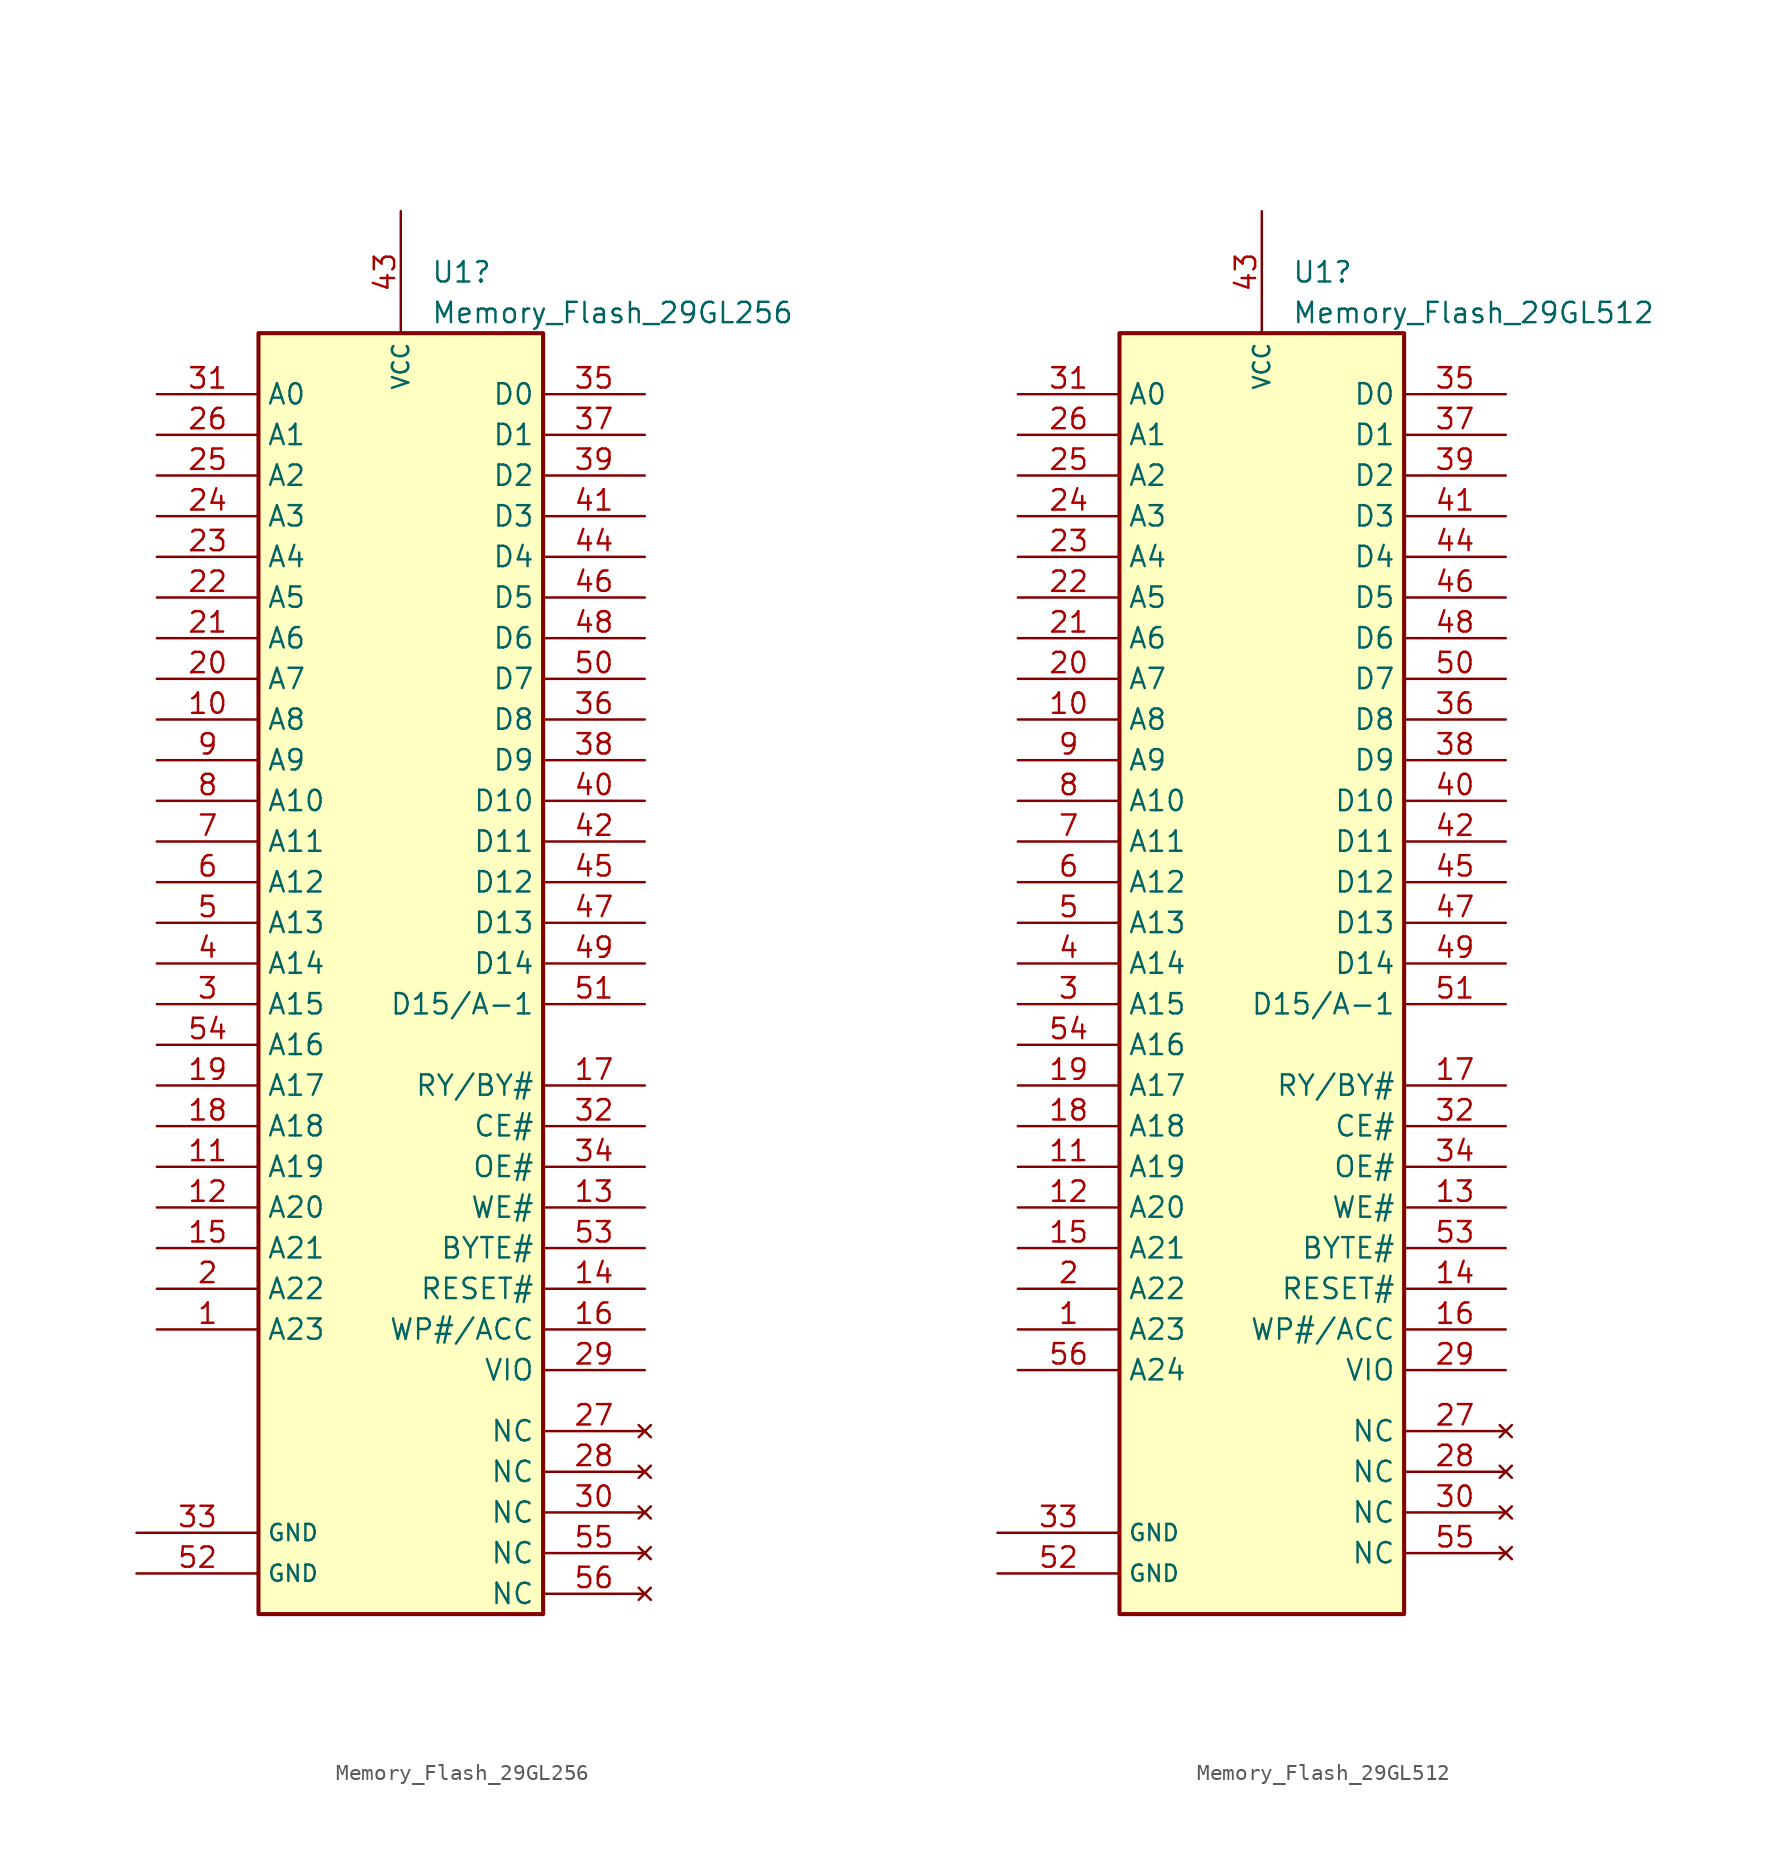
<source format=kicad_sym>
(kicad_symbol_lib
  (version 20241209)
  (generator "kicad_symbol_editor")
  (generator_version "9.0")
  (symbol "Memory_Flash_29GL256"
    (property "Reference" "U1"
      (at 1.88 33.02 0)
      (effects (font (size 1.27 1.27)) (justify left)))
    (property "Value" "Memory_Flash_29GL256"
      (at 1.88 30.48 0)
      (effects (font (size 1.27 1.27)) (justify left)))
    (symbol "Memory_Flash_29GL256_0_1"
      (rectangle (start -8.89 29.21) (end 8.89 -50.8) (stroke (width 0.254) (type default)) (fill (type background))))
    (symbol "Memory_Flash_29GL256_1_1"
      (pin power_in line (at -16.51 -45.72 0) (length 7.62) (name "GND" (effects (font (size 1.016 1.016)))) (number "33" (effects (font (size 1.27 1.27)))))
      (pin power_in line (at -16.51 -48.26 0) (length 7.62) (name "GND" (effects (font (size 1.016 1.016)))) (number "52" (effects (font (size 1.27 1.27)))))
      (pin input line (at -15.24 25.4 0) (length 6.35) (name "A0" (effects (font (size 1.27 1.27)))) (number "31" (effects (font (size 1.27 1.27)))))
      (pin input line (at -15.24 22.86 0) (length 6.35) (name "A1" (effects (font (size 1.27 1.27)))) (number "26" (effects (font (size 1.27 1.27)))))
      (pin input line (at -15.24 20.32 0) (length 6.35) (name "A2" (effects (font (size 1.27 1.27)))) (number "25" (effects (font (size 1.27 1.27)))))
      (pin input line (at -15.24 17.78 0) (length 6.35) (name "A3" (effects (font (size 1.27 1.27)))) (number "24" (effects (font (size 1.27 1.27)))))
      (pin input line (at -15.24 15.24 0) (length 6.35) (name "A4" (effects (font (size 1.27 1.27)))) (number "23" (effects (font (size 1.27 1.27)))))
      (pin input line (at -15.24 12.7 0) (length 6.35) (name "A5" (effects (font (size 1.27 1.27)))) (number "22" (effects (font (size 1.27 1.27)))))
      (pin input line (at -15.24 10.16 0) (length 6.35) (name "A6" (effects (font (size 1.27 1.27)))) (number "21" (effects (font (size 1.27 1.27)))))
      (pin input line (at -15.24 7.62 0) (length 6.35) (name "A7" (effects (font (size 1.27 1.27)))) (number "20" (effects (font (size 1.27 1.27)))))
      (pin input line (at -15.24 5.08 0) (length 6.35) (name "A8" (effects (font (size 1.27 1.27)))) (number "10" (effects (font (size 1.27 1.27)))))
      (pin input line (at -15.24 2.54 0) (length 6.35) (name "A9" (effects (font (size 1.27 1.27)))) (number "9" (effects (font (size 1.27 1.27)))))
      (pin input line (at -15.24 0 0) (length 6.35) (name "A10" (effects (font (size 1.27 1.27)))) (number "8" (effects (font (size 1.27 1.27)))))
      (pin input line (at -15.24 -2.54 0) (length 6.35) (name "A11" (effects (font (size 1.27 1.27)))) (number "7" (effects (font (size 1.27 1.27)))))
      (pin input line (at -15.24 -5.08 0) (length 6.35) (name "A12" (effects (font (size 1.27 1.27)))) (number "6" (effects (font (size 1.27 1.27)))))
      (pin input line (at -15.24 -7.62 0) (length 6.35) (name "A13" (effects (font (size 1.27 1.27)))) (number "5" (effects (font (size 1.27 1.27)))))
      (pin input line (at -15.24 -10.16 0) (length 6.35) (name "A14" (effects (font (size 1.27 1.27)))) (number "4" (effects (font (size 1.27 1.27)))))
      (pin input line (at -15.24 -12.7 0) (length 6.35) (name "A15" (effects (font (size 1.27 1.27)))) (number "3" (effects (font (size 1.27 1.27)))))
      (pin input line (at -15.24 -15.24 0) (length 6.35) (name "A16" (effects (font (size 1.27 1.27)))) (number "54" (effects (font (size 1.27 1.27)))))
      (pin input line (at -15.24 -17.78 0) (length 6.35) (name "A17" (effects (font (size 1.27 1.27)))) (number "19" (effects (font (size 1.27 1.27)))))
      (pin input line (at -15.24 -20.32 0) (length 6.35) (name "A18" (effects (font (size 1.27 1.27)))) (number "18" (effects (font (size 1.27 1.27)))))
      (pin input line (at -15.24 -22.86 0) (length 6.35) (name "A19" (effects (font (size 1.27 1.27)))) (number "11" (effects (font (size 1.27 1.27)))))
      (pin input line (at -15.24 -25.4 0) (length 6.35) (name "A20" (effects (font (size 1.27 1.27)))) (number "12" (effects (font (size 1.27 1.27)))))
      (pin input line (at -15.24 -27.94 0) (length 6.35) (name "A21" (effects (font (size 1.27 1.27)))) (number "15" (effects (font (size 1.27 1.27)))))
      (pin input line (at -15.24 -30.48 0) (length 6.35) (name "A22" (effects (font (size 1.27 1.27)))) (number "2" (effects (font (size 1.27 1.27)))))
      (pin input line (at -15.24 -33.02 0) (length 6.35) (name "A23" (effects (font (size 1.27 1.27)))) (number "1" (effects (font (size 1.27 1.27)))))
      (pin power_in line (at 0 36.83 270) (length 7.62) (name "VCC" (effects (font (size 1.016 1.016)))) (number "43" (effects (font (size 1.27 1.27)))))
      (pin bidirectional line (at 15.24 25.4 180) (length 6.35) (name "D0" (effects (font (size 1.27 1.27)))) (number "35" (effects (font (size 1.27 1.27)))))
      (pin bidirectional line (at 15.24 22.86 180) (length 6.35) (name "D1" (effects (font (size 1.27 1.27)))) (number "37" (effects (font (size 1.27 1.27)))))
      (pin bidirectional line (at 15.24 20.32 180) (length 6.35) (name "D2" (effects (font (size 1.27 1.27)))) (number "39" (effects (font (size 1.27 1.27)))))
      (pin bidirectional line (at 15.24 17.78 180) (length 6.35) (name "D3" (effects (font (size 1.27 1.27)))) (number "41" (effects (font (size 1.27 1.27)))))
      (pin bidirectional line (at 15.24 15.24 180) (length 6.35) (name "D4" (effects (font (size 1.27 1.27)))) (number "44" (effects (font (size 1.27 1.27)))))
      (pin bidirectional line (at 15.24 12.7 180) (length 6.35) (name "D5" (effects (font (size 1.27 1.27)))) (number "46" (effects (font (size 1.27 1.27)))))
      (pin bidirectional line (at 15.24 10.16 180) (length 6.35) (name "D6" (effects (font (size 1.27 1.27)))) (number "48" (effects (font (size 1.27 1.27)))))
      (pin bidirectional line (at 15.24 7.62 180) (length 6.35) (name "D7" (effects (font (size 1.27 1.27)))) (number "50" (effects (font (size 1.27 1.27)))))
      (pin bidirectional line (at 15.24 5.08 180) (length 6.35) (name "D8" (effects (font (size 1.27 1.27)))) (number "36" (effects (font (size 1.27 1.27)))))
      (pin bidirectional line (at 15.24 2.54 180) (length 6.35) (name "D9" (effects (font (size 1.27 1.27)))) (number "38" (effects (font (size 1.27 1.27)))))
      (pin bidirectional line (at 15.24 0 180) (length 6.35) (name "D10" (effects (font (size 1.27 1.27)))) (number "40" (effects (font (size 1.27 1.27)))))
      (pin bidirectional line (at 15.24 -2.54 180) (length 6.35) (name "D11" (effects (font (size 1.27 1.27)))) (number "42" (effects (font (size 1.27 1.27)))))
      (pin bidirectional line (at 15.24 -5.08 180) (length 6.35) (name "D12" (effects (font (size 1.27 1.27)))) (number "45" (effects (font (size 1.27 1.27)))))
      (pin bidirectional line (at 15.24 -7.62 180) (length 6.35) (name "D13" (effects (font (size 1.27 1.27)))) (number "47" (effects (font (size 1.27 1.27)))))
      (pin bidirectional line (at 15.24 -10.16 180) (length 6.35) (name "D14" (effects (font (size 1.27 1.27)))) (number "49" (effects (font (size 1.27 1.27)))))
      (pin bidirectional line (at 15.24 -12.7 180) (length 6.35) (name "D15/A-1" (effects (font (size 1.27 1.27)))) (number "51" (effects (font (size 1.27 1.27)))))
      (pin input line (at 15.24 -17.78 180) (length 6.35) (name "RY/BY#" (effects (font (size 1.27 1.27)))) (number "17" (effects (font (size 1.27 1.27)))))
      (pin input line (at 15.24 -20.32 180) (length 6.35) (name "CE#" (effects (font (size 1.27 1.27)))) (number "32" (effects (font (size 1.27 1.27)))))
      (pin input line (at 15.24 -22.86 180) (length 6.35) (name "OE#" (effects (font (size 1.27 1.27)))) (number "34" (effects (font (size 1.27 1.27)))))
      (pin input line (at 15.24 -25.4 180) (length 6.35) (name "WE#" (effects (font (size 1.27 1.27)))) (number "13" (effects (font (size 1.27 1.27)))))
      (pin input line (at 15.24 -27.94 180) (length 6.35) (name "BYTE#" (effects (font (size 1.27 1.27)))) (number "53" (effects (font (size 1.27 1.27)))))
      (pin input line (at 15.24 -30.48 180) (length 6.35) (name "RESET#" (effects (font (size 1.27 1.27)))) (number "14" (effects (font (size 1.27 1.27)))))
      (pin input line (at 15.24 -33.02 180) (length 6.35) (name "WP#/ACC" (effects (font (size 1.27 1.27)))) (number "16" (effects (font (size 1.27 1.27)))))
      (pin input line (at 15.24 -35.56 180) (length 6.35) (name "VIO" (effects (font (size 1.27 1.27)))) (number "29" (effects (font (size 1.27 1.27)))))
      (pin no_connect line (at 15.24 -39.37 180) (length 6.35) (name "NC" (effects (font (size 1.27 1.27)))) (number "27" (effects (font (size 1.27 1.27)))))
      (pin no_connect line (at 15.24 -41.91 180) (length 6.35) (name "NC" (effects (font (size 1.27 1.27)))) (number "28" (effects (font (size 1.27 1.27)))))
      (pin no_connect line (at 15.24 -44.45 180) (length 6.35) (name "NC" (effects (font (size 1.27 1.27)))) (number "30" (effects (font (size 1.27 1.27)))))
      (pin no_connect line (at 15.24 -46.99 180) (length 6.35) (name "NC" (effects (font (size 1.27 1.27)))) (number "55" (effects (font (size 1.27 1.27)))))
      (pin no_connect line (at 15.24 -49.53 180) (length 6.35) (name "NC" (effects (font (size 1.27 1.27)))) (number "56" (effects (font (size 1.27 1.27)))))))
  (symbol "Memory_Flash_29GL512"
    (property "Reference" "U1"
      (at 1.88 33.02 0)
      (effects (font (size 1.27 1.27)) (justify left)))
    (property "Value" "Memory_Flash_29GL512"
      (at 1.88 30.48 0)
      (effects (font (size 1.27 1.27)) (justify left)))
    (symbol "Memory_Flash_29GL512_0_1"
      (rectangle (start -8.89 29.21) (end 8.89 -50.8) (stroke (width 0.254) (type default)) (fill (type background))))
    (symbol "Memory_Flash_29GL512_1_1"
      (pin power_in line (at -16.51 -45.72 0) (length 7.62) (name "GND" (effects (font (size 1.016 1.016)))) (number "33" (effects (font (size 1.27 1.27)))))
      (pin power_in line (at -16.51 -48.26 0) (length 7.62) (name "GND" (effects (font (size 1.016 1.016)))) (number "52" (effects (font (size 1.27 1.27)))))
      (pin input line (at -15.24 25.4 0) (length 6.35) (name "A0" (effects (font (size 1.27 1.27)))) (number "31" (effects (font (size 1.27 1.27)))))
      (pin input line (at -15.24 22.86 0) (length 6.35) (name "A1" (effects (font (size 1.27 1.27)))) (number "26" (effects (font (size 1.27 1.27)))))
      (pin input line (at -15.24 20.32 0) (length 6.35) (name "A2" (effects (font (size 1.27 1.27)))) (number "25" (effects (font (size 1.27 1.27)))))
      (pin input line (at -15.24 17.78 0) (length 6.35) (name "A3" (effects (font (size 1.27 1.27)))) (number "24" (effects (font (size 1.27 1.27)))))
      (pin input line (at -15.24 15.24 0) (length 6.35) (name "A4" (effects (font (size 1.27 1.27)))) (number "23" (effects (font (size 1.27 1.27)))))
      (pin input line (at -15.24 12.7 0) (length 6.35) (name "A5" (effects (font (size 1.27 1.27)))) (number "22" (effects (font (size 1.27 1.27)))))
      (pin input line (at -15.24 10.16 0) (length 6.35) (name "A6" (effects (font (size 1.27 1.27)))) (number "21" (effects (font (size 1.27 1.27)))))
      (pin input line (at -15.24 7.62 0) (length 6.35) (name "A7" (effects (font (size 1.27 1.27)))) (number "20" (effects (font (size 1.27 1.27)))))
      (pin input line (at -15.24 5.08 0) (length 6.35) (name "A8" (effects (font (size 1.27 1.27)))) (number "10" (effects (font (size 1.27 1.27)))))
      (pin input line (at -15.24 2.54 0) (length 6.35) (name "A9" (effects (font (size 1.27 1.27)))) (number "9" (effects (font (size 1.27 1.27)))))
      (pin input line (at -15.24 0 0) (length 6.35) (name "A10" (effects (font (size 1.27 1.27)))) (number "8" (effects (font (size 1.27 1.27)))))
      (pin input line (at -15.24 -2.54 0) (length 6.35) (name "A11" (effects (font (size 1.27 1.27)))) (number "7" (effects (font (size 1.27 1.27)))))
      (pin input line (at -15.24 -5.08 0) (length 6.35) (name "A12" (effects (font (size 1.27 1.27)))) (number "6" (effects (font (size 1.27 1.27)))))
      (pin input line (at -15.24 -7.62 0) (length 6.35) (name "A13" (effects (font (size 1.27 1.27)))) (number "5" (effects (font (size 1.27 1.27)))))
      (pin input line (at -15.24 -10.16 0) (length 6.35) (name "A14" (effects (font (size 1.27 1.27)))) (number "4" (effects (font (size 1.27 1.27)))))
      (pin input line (at -15.24 -12.7 0) (length 6.35) (name "A15" (effects (font (size 1.27 1.27)))) (number "3" (effects (font (size 1.27 1.27)))))
      (pin input line (at -15.24 -15.24 0) (length 6.35) (name "A16" (effects (font (size 1.27 1.27)))) (number "54" (effects (font (size 1.27 1.27)))))
      (pin input line (at -15.24 -17.78 0) (length 6.35) (name "A17" (effects (font (size 1.27 1.27)))) (number "19" (effects (font (size 1.27 1.27)))))
      (pin input line (at -15.24 -20.32 0) (length 6.35) (name "A18" (effects (font (size 1.27 1.27)))) (number "18" (effects (font (size 1.27 1.27)))))
      (pin input line (at -15.24 -22.86 0) (length 6.35) (name "A19" (effects (font (size 1.27 1.27)))) (number "11" (effects (font (size 1.27 1.27)))))
      (pin input line (at -15.24 -25.4 0) (length 6.35) (name "A20" (effects (font (size 1.27 1.27)))) (number "12" (effects (font (size 1.27 1.27)))))
      (pin input line (at -15.24 -27.94 0) (length 6.35) (name "A21" (effects (font (size 1.27 1.27)))) (number "15" (effects (font (size 1.27 1.27)))))
      (pin input line (at -15.24 -30.48 0) (length 6.35) (name "A22" (effects (font (size 1.27 1.27)))) (number "2" (effects (font (size 1.27 1.27)))))
      (pin input line (at -15.24 -33.02 0) (length 6.35) (name "A23" (effects (font (size 1.27 1.27)))) (number "1" (effects (font (size 1.27 1.27)))))
      (pin input line (at -15.24 -35.56 0) (length 6.35) (name "A24" (effects (font (size 1.27 1.27)))) (number "56" (effects (font (size 1.27 1.27)))))
      (pin power_in line (at 0 36.83 270) (length 7.62) (name "VCC" (effects (font (size 1.016 1.016)))) (number "43" (effects (font (size 1.27 1.27)))))
      (pin bidirectional line (at 15.24 25.4 180) (length 6.35) (name "D0" (effects (font (size 1.27 1.27)))) (number "35" (effects (font (size 1.27 1.27)))))
      (pin bidirectional line (at 15.24 22.86 180) (length 6.35) (name "D1" (effects (font (size 1.27 1.27)))) (number "37" (effects (font (size 1.27 1.27)))))
      (pin bidirectional line (at 15.24 20.32 180) (length 6.35) (name "D2" (effects (font (size 1.27 1.27)))) (number "39" (effects (font (size 1.27 1.27)))))
      (pin bidirectional line (at 15.24 17.78 180) (length 6.35) (name "D3" (effects (font (size 1.27 1.27)))) (number "41" (effects (font (size 1.27 1.27)))))
      (pin bidirectional line (at 15.24 15.24 180) (length 6.35) (name "D4" (effects (font (size 1.27 1.27)))) (number "44" (effects (font (size 1.27 1.27)))))
      (pin bidirectional line (at 15.24 12.7 180) (length 6.35) (name "D5" (effects (font (size 1.27 1.27)))) (number "46" (effects (font (size 1.27 1.27)))))
      (pin bidirectional line (at 15.24 10.16 180) (length 6.35) (name "D6" (effects (font (size 1.27 1.27)))) (number "48" (effects (font (size 1.27 1.27)))))
      (pin bidirectional line (at 15.24 7.62 180) (length 6.35) (name "D7" (effects (font (size 1.27 1.27)))) (number "50" (effects (font (size 1.27 1.27)))))
      (pin bidirectional line (at 15.24 5.08 180) (length 6.35) (name "D8" (effects (font (size 1.27 1.27)))) (number "36" (effects (font (size 1.27 1.27)))))
      (pin bidirectional line (at 15.24 2.54 180) (length 6.35) (name "D9" (effects (font (size 1.27 1.27)))) (number "38" (effects (font (size 1.27 1.27)))))
      (pin bidirectional line (at 15.24 0 180) (length 6.35) (name "D10" (effects (font (size 1.27 1.27)))) (number "40" (effects (font (size 1.27 1.27)))))
      (pin bidirectional line (at 15.24 -2.54 180) (length 6.35) (name "D11" (effects (font (size 1.27 1.27)))) (number "42" (effects (font (size 1.27 1.27)))))
      (pin bidirectional line (at 15.24 -5.08 180) (length 6.35) (name "D12" (effects (font (size 1.27 1.27)))) (number "45" (effects (font (size 1.27 1.27)))))
      (pin bidirectional line (at 15.24 -7.62 180) (length 6.35) (name "D13" (effects (font (size 1.27 1.27)))) (number "47" (effects (font (size 1.27 1.27)))))
      (pin bidirectional line (at 15.24 -10.16 180) (length 6.35) (name "D14" (effects (font (size 1.27 1.27)))) (number "49" (effects (font (size 1.27 1.27)))))
      (pin bidirectional line (at 15.24 -12.7 180) (length 6.35) (name "D15/A-1" (effects (font (size 1.27 1.27)))) (number "51" (effects (font (size 1.27 1.27)))))
      (pin input line (at 15.24 -17.78 180) (length 6.35) (name "RY/BY#" (effects (font (size 1.27 1.27)))) (number "17" (effects (font (size 1.27 1.27)))))
      (pin input line (at 15.24 -20.32 180) (length 6.35) (name "CE#" (effects (font (size 1.27 1.27)))) (number "32" (effects (font (size 1.27 1.27)))))
      (pin input line (at 15.24 -22.86 180) (length 6.35) (name "OE#" (effects (font (size 1.27 1.27)))) (number "34" (effects (font (size 1.27 1.27)))))
      (pin input line (at 15.24 -25.4 180) (length 6.35) (name "WE#" (effects (font (size 1.27 1.27)))) (number "13" (effects (font (size 1.27 1.27)))))
      (pin input line (at 15.24 -27.94 180) (length 6.35) (name "BYTE#" (effects (font (size 1.27 1.27)))) (number "53" (effects (font (size 1.27 1.27)))))
      (pin input line (at 15.24 -30.48 180) (length 6.35) (name "RESET#" (effects (font (size 1.27 1.27)))) (number "14" (effects (font (size 1.27 1.27)))))
      (pin input line (at 15.24 -33.02 180) (length 6.35) (name "WP#/ACC" (effects (font (size 1.27 1.27)))) (number "16" (effects (font (size 1.27 1.27)))))
      (pin input line (at 15.24 -35.56 180) (length 6.35) (name "VIO" (effects (font (size 1.27 1.27)))) (number "29" (effects (font (size 1.27 1.27)))))
      (pin no_connect line (at 15.24 -39.37 180) (length 6.35) (name "NC" (effects (font (size 1.27 1.27)))) (number "27" (effects (font (size 1.27 1.27)))))
      (pin no_connect line (at 15.24 -41.91 180) (length 6.35) (name "NC" (effects (font (size 1.27 1.27)))) (number "28" (effects (font (size 1.27 1.27)))))
      (pin no_connect line (at 15.24 -44.45 180) (length 6.35) (name "NC" (effects (font (size 1.27 1.27)))) (number "30" (effects (font (size 1.27 1.27)))))
      (pin no_connect line (at 15.24 -46.99 180) (length 6.35) (name "NC" (effects (font (size 1.27 1.27)))) (number "55" (effects (font (size 1.27 1.27))))))))
</source>
